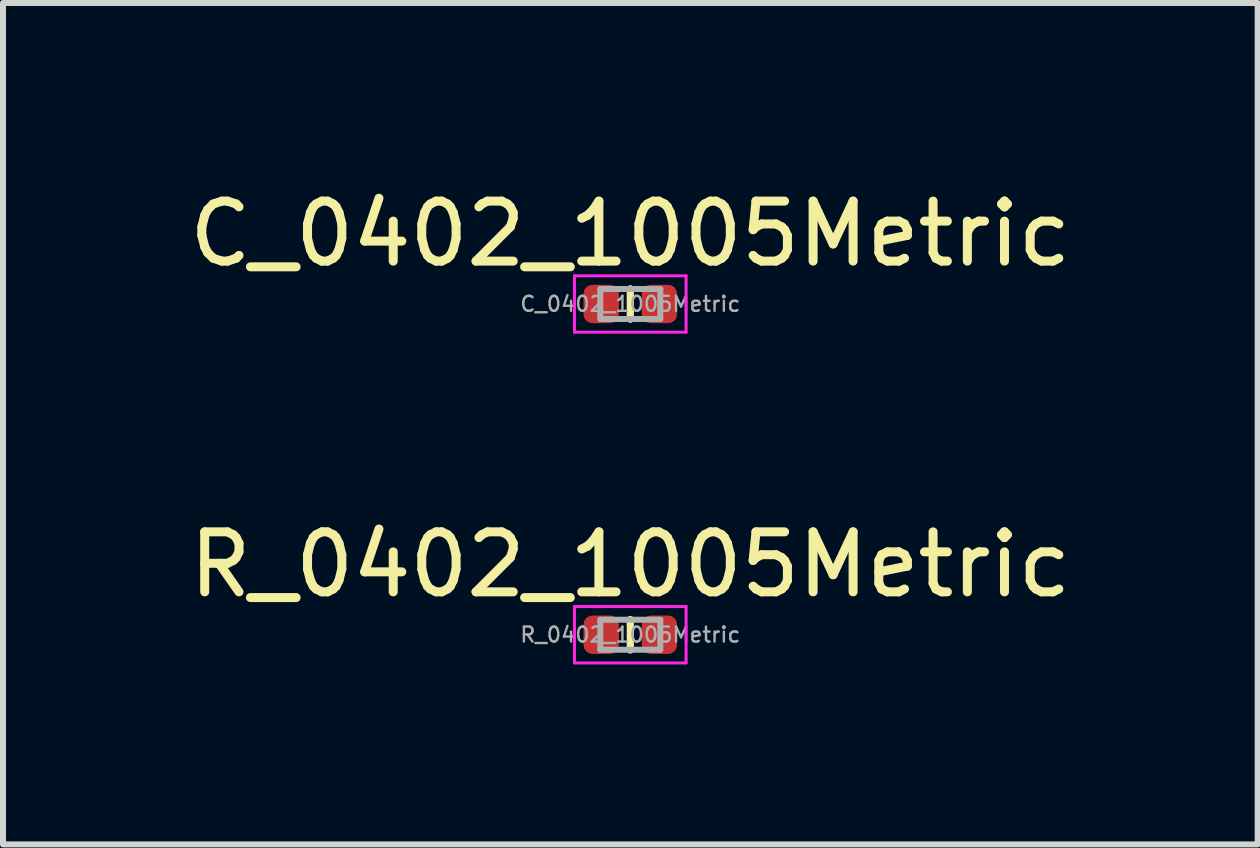
<source format=kicad_pcb>
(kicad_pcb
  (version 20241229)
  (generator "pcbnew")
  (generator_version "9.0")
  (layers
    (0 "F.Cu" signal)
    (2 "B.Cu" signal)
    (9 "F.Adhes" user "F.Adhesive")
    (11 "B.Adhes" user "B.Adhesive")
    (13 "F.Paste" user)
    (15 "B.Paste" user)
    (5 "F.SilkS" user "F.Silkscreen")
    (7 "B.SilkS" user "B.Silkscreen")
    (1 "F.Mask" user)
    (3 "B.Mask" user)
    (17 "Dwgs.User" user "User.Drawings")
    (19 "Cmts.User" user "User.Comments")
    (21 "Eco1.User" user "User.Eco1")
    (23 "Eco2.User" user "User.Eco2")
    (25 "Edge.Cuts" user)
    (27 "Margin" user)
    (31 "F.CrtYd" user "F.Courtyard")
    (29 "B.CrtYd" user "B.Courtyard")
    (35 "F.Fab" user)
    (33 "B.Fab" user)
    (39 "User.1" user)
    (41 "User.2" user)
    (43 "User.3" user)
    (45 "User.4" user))
  (footprint "C_0402_1005Metric"
    (layer "F.Cu")
    (at 7.458 2.018)
    (property "Reference" "C_0402_1005Metric" (at 0 -1.17 180) (layer "F.SilkS") (effects (font (size 1 1) (thickness 0.15))))
    (attr smd)
    (fp_line (start 0 -0.254) (end 0 0.254) (stroke (width 0.12) (type solid)) (layer "F.SilkS"))
    (fp_line (start -0.93 -0.47) (end 0.93 -0.47) (stroke (width 0.05) (type solid)) (layer "F.CrtYd"))
    (fp_line (start -0.93 0.47) (end -0.93 -0.47) (stroke (width 0.05) (type solid)) (layer "F.CrtYd"))
    (fp_line (start 0.93 -0.47) (end 0.93 0.47) (stroke (width 0.05) (type solid)) (layer "F.CrtYd"))
    (fp_line (start 0.93 0.47) (end -0.93 0.47) (stroke (width 0.05) (type solid)) (layer "F.CrtYd"))
    (fp_line (start -0.5 -0.25) (end 0.5 -0.25) (stroke (width 0.1) (type solid)) (layer "F.Fab"))
    (fp_line (start -0.5 0.25) (end -0.5 -0.25) (stroke (width 0.1) (type solid)) (layer "F.Fab"))
    (fp_line (start 0.5 -0.25) (end 0.5 0.25) (stroke (width 0.1) (type solid)) (layer "F.Fab"))
    (fp_line (start 0.5 0.25) (end -0.5 0.25) (stroke (width 0.1) (type solid)) (layer "F.Fab"))
    (fp_text user "${REFERENCE}" (at 0 0 180) (layer "F.Fab") (effects (font (size 0.25 0.25) (thickness 0.04))))
    (pad "1" smd roundrect (at -0.485 0) (size 0.59 0.64) (layers "F.Cu" "F.Mask" "F.Paste") (roundrect_rratio 0.25))
    (pad "2" smd roundrect (at 0.485 0) (size 0.59 0.64) (layers "F.Cu" "F.Mask" "F.Paste") (roundrect_rratio 0.25)))
  (footprint "R_0402_1005Metric"
    (layer "F.Cu")
    (at 7.458 7.532)
    (property "Reference" "R_0402_1005Metric" (at 0 -1.17 180) (layer "F.SilkS") (effects (font (size 1 1) (thickness 0.15))))
    (attr smd)
    (fp_line (start 0 -0.254) (end 0 0.254) (stroke (width 0.12) (type solid)) (layer "F.SilkS"))
    (fp_line (start -0.93 -0.47) (end 0.93 -0.47) (stroke (width 0.05) (type solid)) (layer "F.CrtYd"))
    (fp_line (start -0.93 0.47) (end -0.93 -0.47) (stroke (width 0.05) (type solid)) (layer "F.CrtYd"))
    (fp_line (start 0.93 -0.47) (end 0.93 0.47) (stroke (width 0.05) (type solid)) (layer "F.CrtYd"))
    (fp_line (start 0.93 0.47) (end -0.93 0.47) (stroke (width 0.05) (type solid)) (layer "F.CrtYd"))
    (fp_line (start -0.5 -0.25) (end 0.5 -0.25) (stroke (width 0.1) (type solid)) (layer "F.Fab"))
    (fp_line (start -0.5 0.25) (end -0.5 -0.25) (stroke (width 0.1) (type solid)) (layer "F.Fab"))
    (fp_line (start 0.5 -0.25) (end 0.5 0.25) (stroke (width 0.1) (type solid)) (layer "F.Fab"))
    (fp_line (start 0.5 0.25) (end -0.5 0.25) (stroke (width 0.1) (type solid)) (layer "F.Fab"))
    (fp_text user "${REFERENCE}" (at 0 0 180) (layer "F.Fab") (effects (font (size 0.25 0.25) (thickness 0.04))))
    (pad "1" smd roundrect (at -0.485 0) (size 0.59 0.64) (layers "F.Cu" "F.Mask" "F.Paste") (roundrect_rratio 0.25))
    (pad "2" smd roundrect (at 0.485 0) (size 0.59 0.64) (layers "F.Cu" "F.Mask" "F.Paste") (roundrect_rratio 0.25)))
  (gr_rect
    (start -3 -3)
    (end 17.917 11.027)
    (stroke (width 0.1) (type default))
    (fill no)
    (layer "Edge.Cuts")))
</source>
